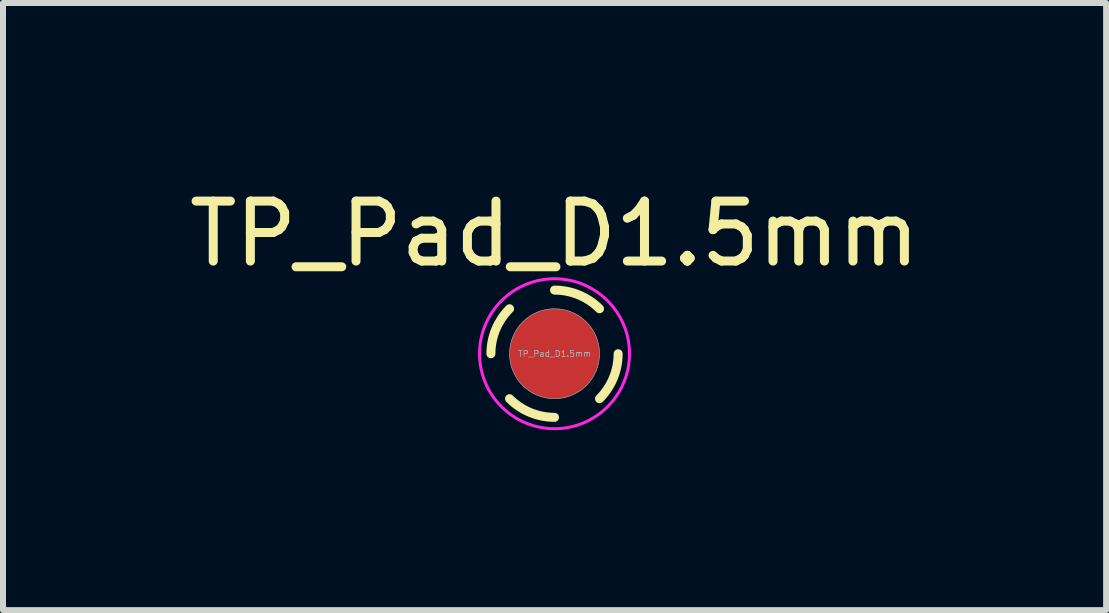
<source format=kicad_pcb>
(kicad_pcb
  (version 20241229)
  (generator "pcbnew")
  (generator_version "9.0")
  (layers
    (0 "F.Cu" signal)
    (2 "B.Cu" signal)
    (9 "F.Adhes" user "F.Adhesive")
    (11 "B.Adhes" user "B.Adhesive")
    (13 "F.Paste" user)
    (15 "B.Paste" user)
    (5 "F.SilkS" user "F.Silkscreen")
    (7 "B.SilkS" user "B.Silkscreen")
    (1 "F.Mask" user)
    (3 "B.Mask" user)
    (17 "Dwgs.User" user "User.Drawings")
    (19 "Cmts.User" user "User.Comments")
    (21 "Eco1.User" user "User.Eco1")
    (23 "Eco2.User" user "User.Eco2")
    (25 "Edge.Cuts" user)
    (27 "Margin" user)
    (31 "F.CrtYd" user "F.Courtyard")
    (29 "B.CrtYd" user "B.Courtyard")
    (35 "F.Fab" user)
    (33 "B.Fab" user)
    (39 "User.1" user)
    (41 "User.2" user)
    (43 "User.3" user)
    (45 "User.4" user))
  (footprint "TP_Pad_D1.5mm"
    (layer "F.Cu")
    (at 6.196 2.848)
    (property "Reference" "TP_Pad_D1.5mm" (at 0 -2 0) (layer "F.SilkS") (effects (font (size 1 1) (thickness 0.15))))
    (attr smd exclude_from_pos_files exclude_from_bom)
    (fp_arc (start -1.06066 0) (mid -0.979922 -0.405897) (end -0.75 -0.75) (stroke (width 0.15) (type default)) (layer "F.SilkS"))
    (fp_arc (start 0 -1.06066) (mid 0.405897 -0.979922) (end 0.75 -0.75) (stroke (width 0.15) (type default)) (layer "F.SilkS"))
    (fp_arc (start 0 1.06066) (mid -0.405897 0.979922) (end -0.75 0.75) (stroke (width 0.15) (type default)) (layer "F.SilkS"))
    (fp_arc (start 1.06066 0) (mid 0.979922 0.405897) (end 0.75 0.75) (stroke (width 0.15) (type default)) (layer "F.SilkS"))
    (fp_circle (center 0 0) (end 1.25 0) (stroke (width 0.05) (type solid)) (fill no) (layer "F.CrtYd"))
    (fp_circle (center 0 0) (end 0 0.75) (stroke (width 0.01) (type default)) (fill no) (layer "F.Fab"))
    (fp_text user "${REFERENCE}" (at 0 0 0) (layer "F.Fab") (effects (font (size 0.1 0.1) (thickness 0.013))))
    (pad "1" smd circle (at 0 0) (size 1.5 1.5) (layers "F.Cu" "F.Mask")))
  (gr_rect
    (start -3 -3)
    (end 15.393 7.123)
    (stroke (width 0.1) (type default))
    (fill no)
    (layer "Edge.Cuts")))
</source>
